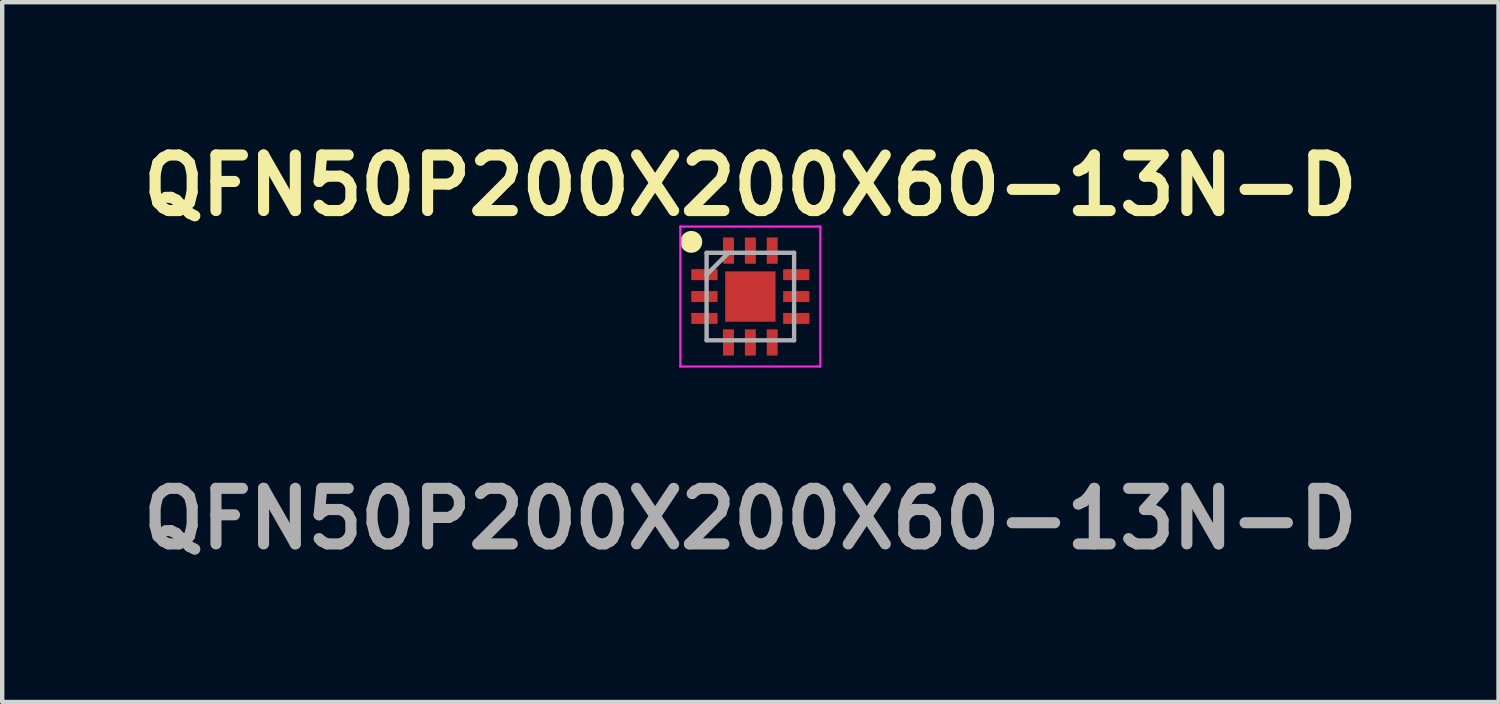
<source format=kicad_pcb>
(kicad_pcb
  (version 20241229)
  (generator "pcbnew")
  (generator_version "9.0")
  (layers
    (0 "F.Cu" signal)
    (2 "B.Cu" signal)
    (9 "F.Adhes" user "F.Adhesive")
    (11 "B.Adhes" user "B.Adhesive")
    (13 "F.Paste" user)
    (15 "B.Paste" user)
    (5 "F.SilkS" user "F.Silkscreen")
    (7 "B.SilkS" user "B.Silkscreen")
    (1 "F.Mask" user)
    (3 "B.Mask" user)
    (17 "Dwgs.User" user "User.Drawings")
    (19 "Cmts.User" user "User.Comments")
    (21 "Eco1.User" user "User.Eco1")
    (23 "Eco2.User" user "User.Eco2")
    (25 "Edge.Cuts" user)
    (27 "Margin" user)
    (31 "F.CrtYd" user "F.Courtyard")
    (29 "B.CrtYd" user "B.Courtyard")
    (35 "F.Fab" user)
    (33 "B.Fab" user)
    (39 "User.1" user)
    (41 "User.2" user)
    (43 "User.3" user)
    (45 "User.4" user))
  (footprint "QFN50P200X200X60-13N-D"
    (layer "F.Cu")
    (at 14.103 3.729)
    (property "Reference" "QFN50P200X200X60-13N-D" (at 0 -2.54 0) (layer "F.SilkS") (effects (font (size 1.27 1.27) (thickness 0.254))))
    (attr smd)
    (fp_circle (center -1.35 -1.25) (end -1.35 -1.125) (stroke (width 0.25) (type solid)) (fill no) (layer "F.SilkS"))
    (fp_line (start -1.6 -1.6) (end 1.6 -1.6) (stroke (width 0.05) (type solid)) (layer "F.CrtYd"))
    (fp_line (start -1.6 1.6) (end -1.6 -1.6) (stroke (width 0.05) (type solid)) (layer "F.CrtYd"))
    (fp_line (start 1.6 -1.6) (end 1.6 1.6) (stroke (width 0.05) (type solid)) (layer "F.CrtYd"))
    (fp_line (start 1.6 1.6) (end -1.6 1.6) (stroke (width 0.05) (type solid)) (layer "F.CrtYd"))
    (fp_line (start -1 -1) (end 1 -1) (stroke (width 0.1) (type solid)) (layer "F.Fab"))
    (fp_line (start -1 -0.5) (end -0.5 -1) (stroke (width 0.1) (type solid)) (layer "F.Fab"))
    (fp_line (start -1 1) (end -1 -1) (stroke (width 0.1) (type solid)) (layer "F.Fab"))
    (fp_line (start 1 -1) (end 1 1) (stroke (width 0.1) (type solid)) (layer "F.Fab"))
    (fp_line (start 1 1) (end -1 1) (stroke (width 0.1) (type solid)) (layer "F.Fab"))
    (fp_text user "${REFERENCE}" (at 0 5.08 0) (layer "F.Fab") (effects (font (size 1.27 1.27) (thickness 0.254))))
    (pad "1" smd rect (at -1.05 -0.5 90) (size 0.25 0.6) (layers "F.Cu" "F.Mask" "F.Paste"))
    (pad "2" smd rect (at -1.05 0 90) (size 0.25 0.6) (layers "F.Cu" "F.Mask" "F.Paste"))
    (pad "3" smd rect (at -1.05 0.5 90) (size 0.25 0.6) (layers "F.Cu" "F.Mask" "F.Paste"))
    (pad "4" smd rect (at -0.5 1.05) (size 0.25 0.6) (layers "F.Cu" "F.Mask" "F.Paste"))
    (pad "5" smd rect (at 0 1.05) (size 0.25 0.6) (layers "F.Cu" "F.Mask" "F.Paste"))
    (pad "6" smd rect (at 0.5 1.05) (size 0.25 0.6) (layers "F.Cu" "F.Mask" "F.Paste"))
    (pad "7" smd rect (at 1.05 0.5 90) (size 0.25 0.6) (layers "F.Cu" "F.Mask" "F.Paste"))
    (pad "8" smd rect (at 1.05 0 90) (size 0.25 0.6) (layers "F.Cu" "F.Mask" "F.Paste"))
    (pad "9" smd rect (at 1.05 -0.5 90) (size 0.25 0.6) (layers "F.Cu" "F.Mask" "F.Paste"))
    (pad "10" smd rect (at 0.5 -1.05) (size 0.25 0.6) (layers "F.Cu" "F.Mask" "F.Paste"))
    (pad "11" smd rect (at 0 -1.05) (size 0.25 0.6) (layers "F.Cu" "F.Mask" "F.Paste"))
    (pad "12" smd rect (at -0.5 -1.05) (size 0.25 0.6) (layers "F.Cu" "F.Mask" "F.Paste"))
    (pad "13" smd rect (at 0 0) (size 1.15 1.15) (layers "F.Cu" "F.Mask" "F.Paste")))
  (gr_rect
    (start -3 -3)
    (end 31.206 12.997)
    (stroke (width 0.1) (type default))
    (fill no)
    (layer "Edge.Cuts")))
</source>
